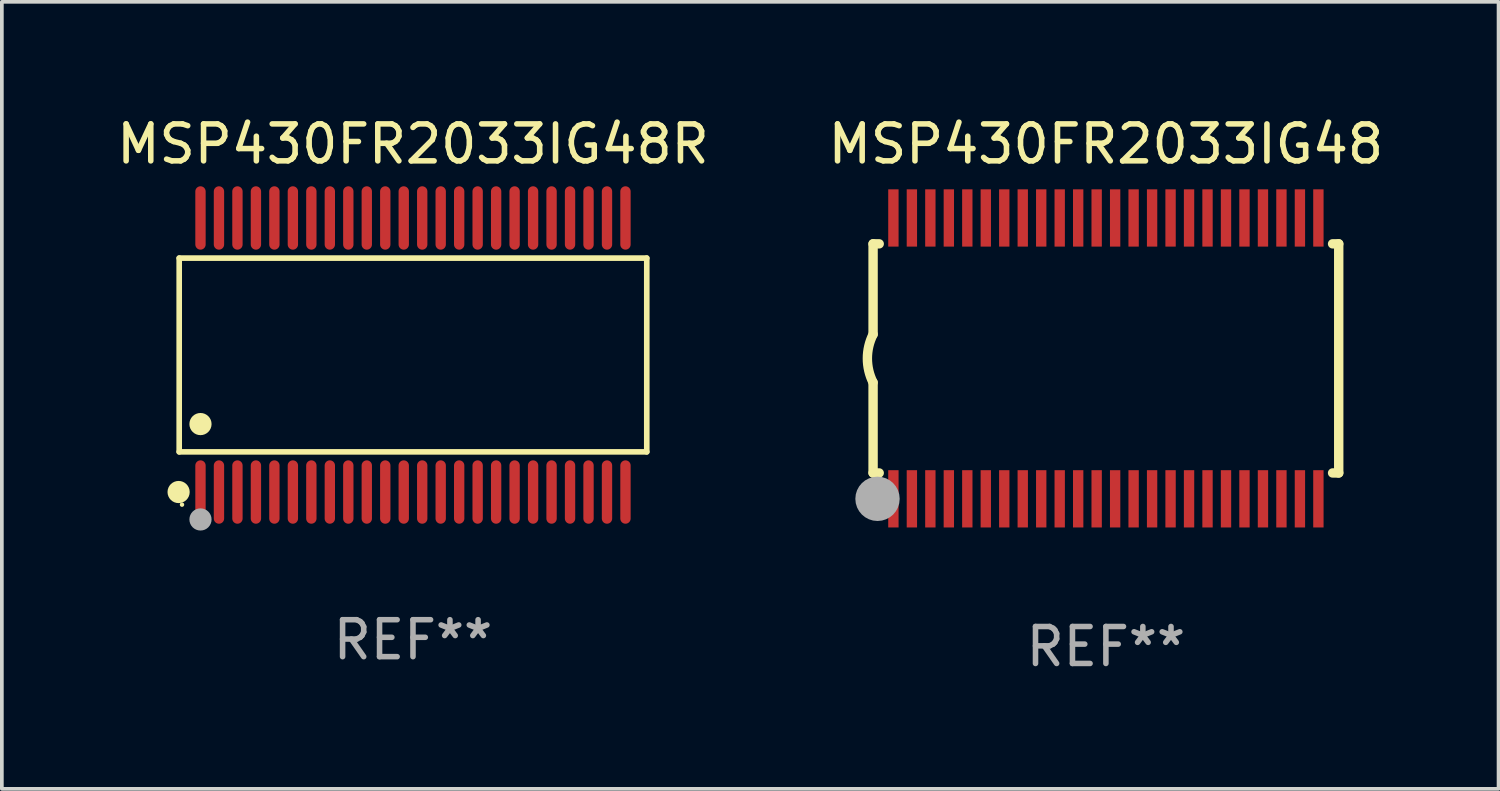
<source format=kicad_pcb>
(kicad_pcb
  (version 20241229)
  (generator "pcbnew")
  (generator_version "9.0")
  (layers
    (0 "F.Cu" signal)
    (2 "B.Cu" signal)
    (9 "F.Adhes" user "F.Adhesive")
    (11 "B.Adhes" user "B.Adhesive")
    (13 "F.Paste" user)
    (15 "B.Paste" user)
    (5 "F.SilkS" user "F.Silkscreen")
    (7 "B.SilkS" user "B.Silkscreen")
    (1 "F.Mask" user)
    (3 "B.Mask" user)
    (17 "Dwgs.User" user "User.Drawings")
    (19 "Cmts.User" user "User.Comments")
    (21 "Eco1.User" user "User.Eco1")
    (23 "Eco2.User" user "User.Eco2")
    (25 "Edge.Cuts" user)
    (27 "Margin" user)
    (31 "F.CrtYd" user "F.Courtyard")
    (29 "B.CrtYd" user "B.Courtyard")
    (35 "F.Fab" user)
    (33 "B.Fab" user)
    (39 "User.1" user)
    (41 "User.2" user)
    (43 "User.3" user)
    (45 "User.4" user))
  (footprint "MSP430FR2033IG48R"
    (layer "F.Cu")
    (at 8.125 6.556)
    (property "Reference" "MSP430FR2033IG48R" (at 0 -5.708 0) (layer "F.SilkS") (effects (font (size 1 1) (thickness 0.15))))
    (attr through_hole)
    (fp_line (start -6.326 -2.622) (end 6.326 -2.622) (stroke (width 0.152) (type solid)) (layer "F.SilkS"))
    (fp_line (start -6.326 2.621) (end -6.326 -2.622) (stroke (width 0.152) (type solid)) (layer "F.SilkS"))
    (fp_line (start 6.326 -2.622) (end 6.326 2.621) (stroke (width 0.152) (type solid)) (layer "F.SilkS"))
    (fp_line (start 6.326 2.621) (end -6.326 2.621) (stroke (width 0.152) (type solid)) (layer "F.SilkS"))
    (fp_circle (center -6.342 3.708) (end -6.192 3.708) (stroke (width 0.3) (type solid)) (fill no) (layer "F.SilkS"))
    (fp_circle (center -6.25 4.05) (end -6.22 4.05) (stroke (width 0.06) (type solid)) (fill no) (layer "F.SilkS"))
    (fp_circle (center -5.75 1.869) (end -5.6 1.869) (stroke (width 0.3) (type solid)) (fill no) (layer "F.SilkS"))
    (fp_circle (center -5.75 4.45) (end -5.6 4.45) (stroke (width 0.3) (type solid)) (fill no) (layer "F.Fab"))
    (fp_text user "REF**" (at 0 7.708 0) (layer "F.Fab") (effects (font (size 1 1) (thickness 0.15))))
    (pad "1" smd oval (at -5.75 3.708) (size 0.28 1.715) (layers "F.Cu" "F.Mask" "F.Paste"))
    (pad "2" smd oval (at -5.25 3.708) (size 0.28 1.715) (layers "F.Cu" "F.Mask" "F.Paste"))
    (pad "3" smd oval (at -4.75 3.708) (size 0.28 1.715) (layers "F.Cu" "F.Mask" "F.Paste"))
    (pad "4" smd oval (at -4.25 3.708) (size 0.28 1.715) (layers "F.Cu" "F.Mask" "F.Paste"))
    (pad "5" smd oval (at -3.75 3.708) (size 0.28 1.715) (layers "F.Cu" "F.Mask" "F.Paste"))
    (pad "6" smd oval (at -3.25 3.708) (size 0.28 1.715) (layers "F.Cu" "F.Mask" "F.Paste"))
    (pad "7" smd oval (at -2.75 3.708) (size 0.28 1.715) (layers "F.Cu" "F.Mask" "F.Paste"))
    (pad "8" smd oval (at -2.25 3.708) (size 0.28 1.715) (layers "F.Cu" "F.Mask" "F.Paste"))
    (pad "9" smd oval (at -1.75 3.708) (size 0.28 1.715) (layers "F.Cu" "F.Mask" "F.Paste"))
    (pad "10" smd oval (at -1.25 3.708) (size 0.28 1.715) (layers "F.Cu" "F.Mask" "F.Paste"))
    (pad "11" smd oval (at -0.75 3.708) (size 0.28 1.715) (layers "F.Cu" "F.Mask" "F.Paste"))
    (pad "12" smd oval (at -0.25 3.708) (size 0.28 1.715) (layers "F.Cu" "F.Mask" "F.Paste"))
    (pad "13" smd oval (at 0.25 3.708) (size 0.28 1.715) (layers "F.Cu" "F.Mask" "F.Paste"))
    (pad "14" smd oval (at 0.75 3.708) (size 0.28 1.715) (layers "F.Cu" "F.Mask" "F.Paste"))
    (pad "15" smd oval (at 1.25 3.708) (size 0.28 1.715) (layers "F.Cu" "F.Mask" "F.Paste"))
    (pad "16" smd oval (at 1.75 3.708) (size 0.28 1.715) (layers "F.Cu" "F.Mask" "F.Paste"))
    (pad "17" smd oval (at 2.25 3.708) (size 0.28 1.715) (layers "F.Cu" "F.Mask" "F.Paste"))
    (pad "18" smd oval (at 2.75 3.708) (size 0.28 1.715) (layers "F.Cu" "F.Mask" "F.Paste"))
    (pad "19" smd oval (at 3.25 3.708) (size 0.28 1.715) (layers "F.Cu" "F.Mask" "F.Paste"))
    (pad "20" smd oval (at 3.75 3.708) (size 0.28 1.715) (layers "F.Cu" "F.Mask" "F.Paste"))
    (pad "21" smd oval (at 4.25 3.708) (size 0.28 1.715) (layers "F.Cu" "F.Mask" "F.Paste"))
    (pad "22" smd oval (at 4.75 3.708) (size 0.28 1.715) (layers "F.Cu" "F.Mask" "F.Paste"))
    (pad "23" smd oval (at 5.25 3.708) (size 0.28 1.715) (layers "F.Cu" "F.Mask" "F.Paste"))
    (pad "24" smd oval (at 5.75 3.708) (size 0.28 1.715) (layers "F.Cu" "F.Mask" "F.Paste"))
    (pad "25" smd oval (at 5.75 -3.708) (size 0.28 1.715) (layers "F.Cu" "F.Mask" "F.Paste"))
    (pad "26" smd oval (at 5.25 -3.708) (size 0.28 1.715) (layers "F.Cu" "F.Mask" "F.Paste"))
    (pad "27" smd oval (at 4.75 -3.708) (size 0.28 1.715) (layers "F.Cu" "F.Mask" "F.Paste"))
    (pad "28" smd oval (at 4.25 -3.708) (size 0.28 1.715) (layers "F.Cu" "F.Mask" "F.Paste"))
    (pad "29" smd oval (at 3.75 -3.708) (size 0.28 1.715) (layers "F.Cu" "F.Mask" "F.Paste"))
    (pad "30" smd oval (at 3.25 -3.708) (size 0.28 1.715) (layers "F.Cu" "F.Mask" "F.Paste"))
    (pad "31" smd oval (at 2.75 -3.708) (size 0.28 1.715) (layers "F.Cu" "F.Mask" "F.Paste"))
    (pad "32" smd oval (at 2.25 -3.708) (size 0.28 1.715) (layers "F.Cu" "F.Mask" "F.Paste"))
    (pad "33" smd oval (at 1.75 -3.708) (size 0.28 1.715) (layers "F.Cu" "F.Mask" "F.Paste"))
    (pad "34" smd oval (at 1.25 -3.708) (size 0.28 1.715) (layers "F.Cu" "F.Mask" "F.Paste"))
    (pad "35" smd oval (at 0.75 -3.708) (size 0.28 1.715) (layers "F.Cu" "F.Mask" "F.Paste"))
    (pad "36" smd oval (at 0.25 -3.708) (size 0.28 1.715) (layers "F.Cu" "F.Mask" "F.Paste"))
    (pad "37" smd oval (at -0.25 -3.708) (size 0.28 1.715) (layers "F.Cu" "F.Mask" "F.Paste"))
    (pad "38" smd oval (at -0.75 -3.708) (size 0.28 1.715) (layers "F.Cu" "F.Mask" "F.Paste"))
    (pad "39" smd oval (at -1.25 -3.708) (size 0.28 1.715) (layers "F.Cu" "F.Mask" "F.Paste"))
    (pad "40" smd oval (at -1.75 -3.708) (size 0.28 1.715) (layers "F.Cu" "F.Mask" "F.Paste"))
    (pad "41" smd oval (at -2.25 -3.708) (size 0.28 1.715) (layers "F.Cu" "F.Mask" "F.Paste"))
    (pad "42" smd oval (at -2.75 -3.708) (size 0.28 1.715) (layers "F.Cu" "F.Mask" "F.Paste"))
    (pad "43" smd oval (at -3.25 -3.708) (size 0.28 1.715) (layers "F.Cu" "F.Mask" "F.Paste"))
    (pad "44" smd oval (at -3.75 -3.708) (size 0.28 1.715) (layers "F.Cu" "F.Mask" "F.Paste"))
    (pad "45" smd oval (at -4.25 -3.708) (size 0.28 1.715) (layers "F.Cu" "F.Mask" "F.Paste"))
    (pad "46" smd oval (at -4.75 -3.708) (size 0.28 1.715) (layers "F.Cu" "F.Mask" "F.Paste"))
    (pad "47" smd oval (at -5.25 -3.708) (size 0.28 1.715) (layers "F.Cu" "F.Mask" "F.Paste"))
    (pad "48" smd oval (at -5.75 -3.708) (size 0.28 1.715) (layers "F.Cu" "F.Mask" "F.Paste")))
  (footprint "MSP430FR2033IG48"
    (layer "F.Cu")
    (at 26.875 6.648)
    (property "Reference" "MSP430FR2033IG48" (at 0 -5.8 0) (layer "F.SilkS") (effects (font (size 1 1) (thickness 0.15))))
    (attr through_hole)
    (fp_line (start -6.3 -3.1) (end -6.3 -0.65) (stroke (width 0.254) (type solid)) (layer "F.SilkS"))
    (fp_line (start -6.3 -3.1) (end -6.134 -3.1) (stroke (width 0.254) (type solid)) (layer "F.SilkS"))
    (fp_line (start -6.3 3.1) (end -6.3 0.65) (stroke (width 0.254) (type solid)) (layer "F.SilkS"))
    (fp_line (start -6.3 3.1) (end -6.134 3.1) (stroke (width 0.254) (type solid)) (layer "F.SilkS"))
    (fp_line (start 6.134 -3.1) (end 6.3 -3.1) (stroke (width 0.254) (type solid)) (layer "F.SilkS"))
    (fp_line (start 6.134 3.1) (end 6.3 3.1) (stroke (width 0.254) (type solid)) (layer "F.SilkS"))
    (fp_line (start 6.3 -3.1) (end 6.3 3.1) (stroke (width 0.254) (type solid)) (layer "F.SilkS"))
    (fp_arc (start -6.301016 0.650114) (mid -6.45413 -0.000082) (end -6.3 -0.650038) (stroke (width 0.254001) (type solid)) (layer "F.SilkS"))
    (fp_circle (center -6.35 3.81) (end -6.223 3.81) (stroke (width 0.254) (type solid)) (fill no) (layer "F.SilkS"))
    (fp_circle (center -6.25 4.05) (end -6.22 4.05) (stroke (width 0.06) (type solid)) (fill no) (layer "F.SilkS"))
    (fp_circle (center -6.18 3.8) (end -5.88 3.8) (stroke (width 0.6) (type solid)) (fill no) (layer "F.Fab"))
    (fp_text user "REF**" (at 0 7.8 0) (layer "F.Fab") (effects (font (size 1 1) (thickness 0.15))))
    (pad "1" smd rect (at -5.75 3.8) (size 0.28 1.55) (layers "F.Cu" "F.Mask" "F.Paste"))
    (pad "2" smd rect (at -5.25 3.8) (size 0.28 1.55) (layers "F.Cu" "F.Mask" "F.Paste"))
    (pad "3" smd rect (at -4.75 3.8) (size 0.28 1.55) (layers "F.Cu" "F.Mask" "F.Paste"))
    (pad "4" smd rect (at -4.25 3.8) (size 0.28 1.55) (layers "F.Cu" "F.Mask" "F.Paste"))
    (pad "5" smd rect (at -3.75 3.8) (size 0.28 1.55) (layers "F.Cu" "F.Mask" "F.Paste"))
    (pad "6" smd rect (at -3.25 3.8) (size 0.28 1.55) (layers "F.Cu" "F.Mask" "F.Paste"))
    (pad "7" smd rect (at -2.75 3.8) (size 0.28 1.55) (layers "F.Cu" "F.Mask" "F.Paste"))
    (pad "8" smd rect (at -2.25 3.8) (size 0.28 1.55) (layers "F.Cu" "F.Mask" "F.Paste"))
    (pad "9" smd rect (at -1.75 3.8) (size 0.28 1.55) (layers "F.Cu" "F.Mask" "F.Paste"))
    (pad "10" smd rect (at -1.25 3.8) (size 0.28 1.55) (layers "F.Cu" "F.Mask" "F.Paste"))
    (pad "11" smd rect (at -0.75 3.8) (size 0.28 1.55) (layers "F.Cu" "F.Mask" "F.Paste"))
    (pad "12" smd rect (at -0.25 3.8) (size 0.28 1.55) (layers "F.Cu" "F.Mask" "F.Paste"))
    (pad "13" smd rect (at 0.25 3.8) (size 0.28 1.55) (layers "F.Cu" "F.Mask" "F.Paste"))
    (pad "14" smd rect (at 0.75 3.8) (size 0.28 1.55) (layers "F.Cu" "F.Mask" "F.Paste"))
    (pad "15" smd rect (at 1.25 3.8) (size 0.28 1.55) (layers "F.Cu" "F.Mask" "F.Paste"))
    (pad "16" smd rect (at 1.75 3.8) (size 0.28 1.55) (layers "F.Cu" "F.Mask" "F.Paste"))
    (pad "17" smd rect (at 2.25 3.8) (size 0.28 1.55) (layers "F.Cu" "F.Mask" "F.Paste"))
    (pad "18" smd rect (at 2.75 3.8) (size 0.28 1.55) (layers "F.Cu" "F.Mask" "F.Paste"))
    (pad "19" smd rect (at 3.25 3.8) (size 0.28 1.55) (layers "F.Cu" "F.Mask" "F.Paste"))
    (pad "20" smd rect (at 3.75 3.8) (size 0.28 1.55) (layers "F.Cu" "F.Mask" "F.Paste"))
    (pad "21" smd rect (at 4.25 3.8) (size 0.28 1.55) (layers "F.Cu" "F.Mask" "F.Paste"))
    (pad "22" smd rect (at 4.75 3.8) (size 0.28 1.55) (layers "F.Cu" "F.Mask" "F.Paste"))
    (pad "23" smd rect (at 5.25 3.8) (size 0.28 1.55) (layers "F.Cu" "F.Mask" "F.Paste"))
    (pad "24" smd rect (at 5.75 3.8) (size 0.28 1.55) (layers "F.Cu" "F.Mask" "F.Paste"))
    (pad "25" smd rect (at 5.75 -3.8) (size 0.28 1.55) (layers "F.Cu" "F.Mask" "F.Paste"))
    (pad "26" smd rect (at 5.25 -3.8) (size 0.28 1.55) (layers "F.Cu" "F.Mask" "F.Paste"))
    (pad "27" smd rect (at 4.75 -3.8) (size 0.28 1.55) (layers "F.Cu" "F.Mask" "F.Paste"))
    (pad "28" smd rect (at 4.25 -3.8) (size 0.28 1.55) (layers "F.Cu" "F.Mask" "F.Paste"))
    (pad "29" smd rect (at 3.75 -3.8) (size 0.28 1.55) (layers "F.Cu" "F.Mask" "F.Paste"))
    (pad "30" smd rect (at 3.25 -3.8) (size 0.28 1.55) (layers "F.Cu" "F.Mask" "F.Paste"))
    (pad "31" smd rect (at 2.75 -3.8) (size 0.28 1.55) (layers "F.Cu" "F.Mask" "F.Paste"))
    (pad "32" smd rect (at 2.25 -3.8) (size 0.28 1.55) (layers "F.Cu" "F.Mask" "F.Paste"))
    (pad "33" smd rect (at 1.75 -3.8) (size 0.28 1.55) (layers "F.Cu" "F.Mask" "F.Paste"))
    (pad "34" smd rect (at 1.25 -3.8) (size 0.28 1.55) (layers "F.Cu" "F.Mask" "F.Paste"))
    (pad "35" smd rect (at 0.75 -3.8) (size 0.28 1.55) (layers "F.Cu" "F.Mask" "F.Paste"))
    (pad "36" smd rect (at 0.25 -3.8) (size 0.28 1.55) (layers "F.Cu" "F.Mask" "F.Paste"))
    (pad "37" smd rect (at -0.25 -3.8) (size 0.28 1.55) (layers "F.Cu" "F.Mask" "F.Paste"))
    (pad "38" smd rect (at -0.75 -3.8) (size 0.28 1.55) (layers "F.Cu" "F.Mask" "F.Paste"))
    (pad "39" smd rect (at -1.25 -3.8) (size 0.28 1.55) (layers "F.Cu" "F.Mask" "F.Paste"))
    (pad "40" smd rect (at -1.75 -3.8) (size 0.28 1.55) (layers "F.Cu" "F.Mask" "F.Paste"))
    (pad "41" smd rect (at -2.25 -3.8) (size 0.28 1.55) (layers "F.Cu" "F.Mask" "F.Paste"))
    (pad "42" smd rect (at -2.75 -3.8) (size 0.28 1.55) (layers "F.Cu" "F.Mask" "F.Paste"))
    (pad "43" smd rect (at -3.25 -3.8) (size 0.28 1.55) (layers "F.Cu" "F.Mask" "F.Paste"))
    (pad "44" smd rect (at -3.75 -3.8) (size 0.28 1.55) (layers "F.Cu" "F.Mask" "F.Paste"))
    (pad "45" smd rect (at -4.25 -3.8) (size 0.28 1.55) (layers "F.Cu" "F.Mask" "F.Paste"))
    (pad "46" smd rect (at -4.75 -3.8) (size 0.28 1.55) (layers "F.Cu" "F.Mask" "F.Paste"))
    (pad "47" smd rect (at -5.25 -3.8) (size 0.28 1.55) (layers "F.Cu" "F.Mask" "F.Paste"))
    (pad "48" smd rect (at -5.75 -3.8) (size 0.28 1.55) (layers "F.Cu" "F.Mask" "F.Paste")))
  (gr_rect
    (start -3 -3)
    (end 37.5 18.296)
    (stroke (width 0.1) (type default))
    (fill no)
    (layer "Edge.Cuts")))
</source>
